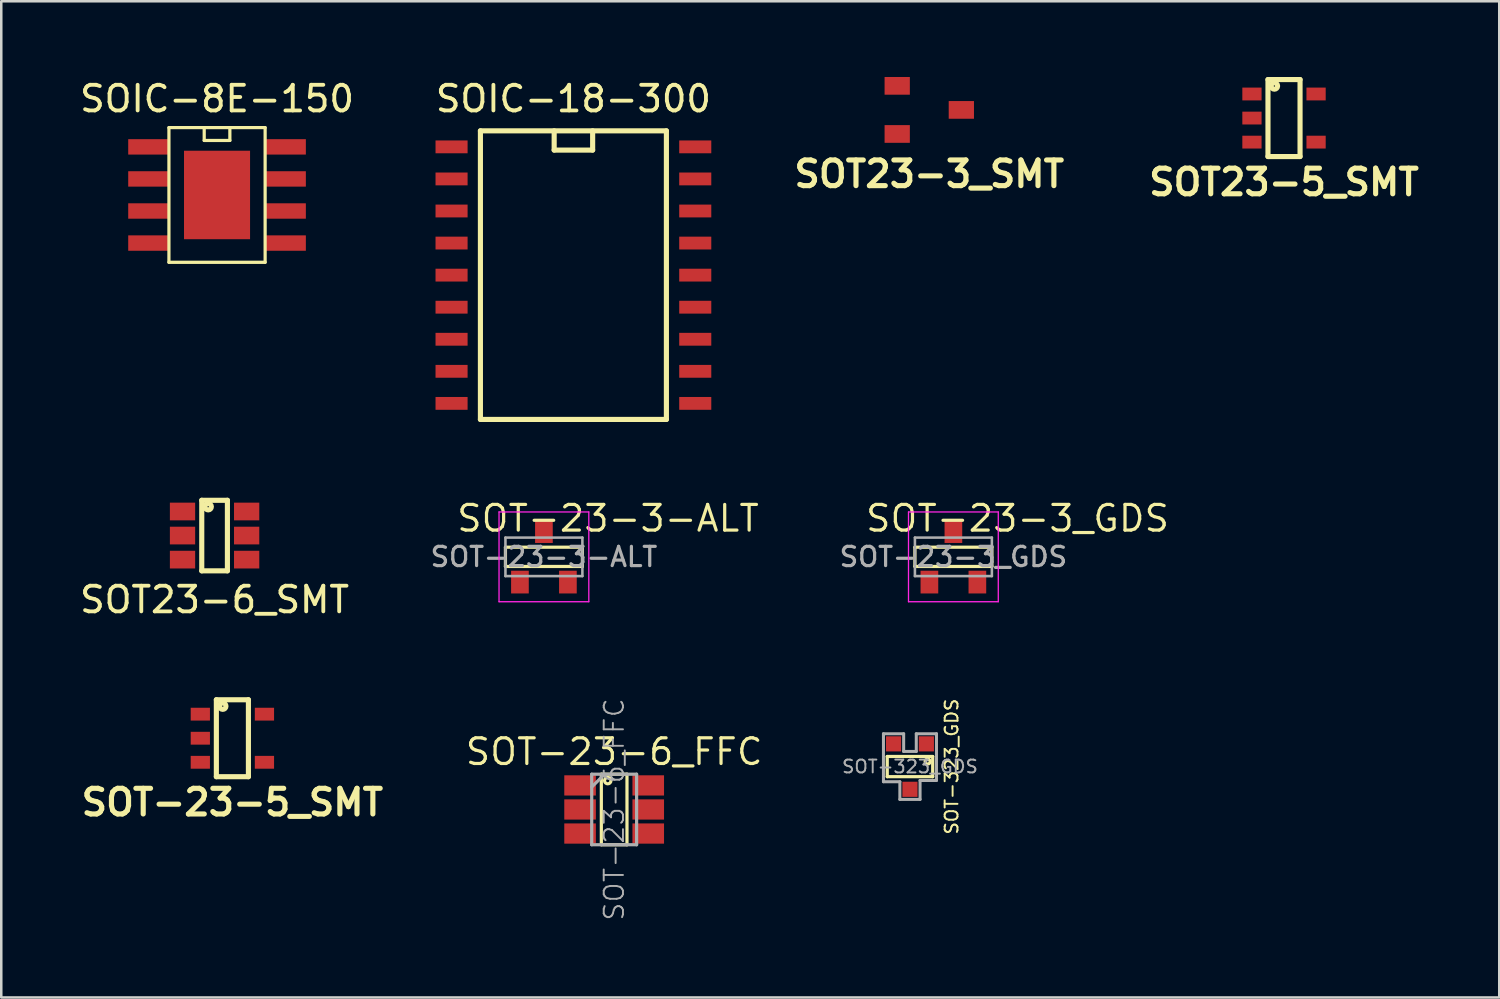
<source format=kicad_pcb>
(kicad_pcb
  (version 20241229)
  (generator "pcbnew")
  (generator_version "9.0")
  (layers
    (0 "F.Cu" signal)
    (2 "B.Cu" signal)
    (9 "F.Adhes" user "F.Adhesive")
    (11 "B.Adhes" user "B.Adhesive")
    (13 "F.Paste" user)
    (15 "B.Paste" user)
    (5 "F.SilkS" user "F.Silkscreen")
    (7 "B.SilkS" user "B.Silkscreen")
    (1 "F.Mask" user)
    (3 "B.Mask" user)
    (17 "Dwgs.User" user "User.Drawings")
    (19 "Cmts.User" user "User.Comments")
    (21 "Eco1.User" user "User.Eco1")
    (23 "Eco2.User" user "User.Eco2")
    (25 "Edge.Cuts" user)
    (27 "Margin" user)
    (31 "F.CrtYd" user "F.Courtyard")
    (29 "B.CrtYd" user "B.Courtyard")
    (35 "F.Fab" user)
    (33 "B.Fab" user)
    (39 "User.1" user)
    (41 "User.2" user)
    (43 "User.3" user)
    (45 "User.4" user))
  (footprint "SOT-23-6_FFC"
    (layer "F.Cu")
    (at 21.275 29.011)
    (property "Reference" "SOT-23-6_FFC" (at 0 -2.286 180) (layer "F.SilkS") (effects (font (size 1.016 1.016) (thickness 0.127))))
    (attr smd)
    (fp_line (start -0.508 -1.397) (end -0.508 1.397) (stroke (width 0.127) (type solid)) (layer "F.SilkS"))
    (fp_line (start -0.508 -1.397) (end 0.508 -1.397) (stroke (width 0.127) (type solid)) (layer "F.SilkS"))
    (fp_line (start -0.508 1.397) (end 0.508 1.397) (stroke (width 0.127) (type solid)) (layer "F.SilkS"))
    (fp_line (start 0.508 -1.397) (end 0.508 1.397) (stroke (width 0.127) (type solid)) (layer "F.SilkS"))
    (fp_circle (center -0.254 -1.143) (end -0.254 -1.016) (stroke (width 0.127) (type solid)) (fill no) (layer "F.SilkS"))
    (fp_line (start -0.889 -1.397) (end -0.889 1.397) (stroke (width 0.127) (type solid)) (layer "F.Fab"))
    (fp_line (start -0.889 -0.889) (end -0.381 -1.397) (stroke (width 0.127) (type solid)) (layer "F.Fab"))
    (fp_line (start -0.889 1.397) (end 0.889 1.397) (stroke (width 0.127) (type solid)) (layer "F.Fab"))
    (fp_line (start 0.889 -1.397) (end -0.889 -1.397) (stroke (width 0.127) (type solid)) (layer "F.Fab"))
    (fp_line (start 0.889 1.397) (end 0.889 -1.397) (stroke (width 0.127) (type solid)) (layer "F.Fab"))
    (fp_text user "${REFERENCE}" (at 0 0 270) (layer "F.Fab") (effects (font (size 0.762 0.762) (thickness 0.076))))
    (pad "1" smd rect (at -1.35 -0.953 270) (size 0.801 1.251) (layers "F.Cu" "F.Mask" "F.Paste"))
    (pad "2" smd rect (at -1.35 0 270) (size 0.801 1.251) (layers "F.Cu" "F.Mask" "F.Paste"))
    (pad "3" smd rect (at -1.35 0.953 270) (size 0.801 1.251) (layers "F.Cu" "F.Mask" "F.Paste"))
    (pad "4" smd rect (at 1.35 0.953 270) (size 0.801 1.251) (layers "F.Cu" "F.Mask" "F.Paste"))
    (pad "5" smd rect (at 1.35 0 270) (size 0.801 1.251) (layers "F.Cu" "F.Mask" "F.Paste"))
    (pad "6" smd rect (at 1.35 -0.953 270) (size 0.801 1.251) (layers "F.Cu" "F.Mask" "F.Paste")))
  (footprint "SOIC-8E-150"
    (layer "F.Cu")
    (at 5.546 4.672)
    (property "Reference" "SOIC-8E-150" (at 0 -3.81 0) (layer "F.SilkS") (effects (font (size 1.016 1.016) (thickness 0.152))))
    (attr smd)
    (fp_line (start -1.905 -2.667) (end -1.905 2.667) (stroke (width 0.127) (type solid)) (layer "F.SilkS"))
    (fp_line (start -0.508 -2.159) (end -0.508 -2.667) (stroke (width 0.127) (type solid)) (layer "F.SilkS"))
    (fp_line (start 0.508 -2.667) (end 0.508 -2.159) (stroke (width 0.127) (type solid)) (layer "F.SilkS"))
    (fp_line (start 0.508 -2.159) (end -0.508 -2.159) (stroke (width 0.127) (type solid)) (layer "F.SilkS"))
    (fp_line (start 1.905 -2.667) (end -1.905 -2.667) (stroke (width 0.127) (type solid)) (layer "F.SilkS"))
    (fp_line (start 1.905 2.667) (end -1.905 2.667) (stroke (width 0.127) (type solid)) (layer "F.SilkS"))
    (fp_line (start 1.905 2.667) (end 1.905 -2.667) (stroke (width 0.127) (type solid)) (layer "F.SilkS"))
    (pad "1" smd rect (at -2.718 -1.905 270) (size 0.61 1.6) (layers "F.Cu" "F.Mask" "F.Paste"))
    (pad "2" smd rect (at -2.718 -0.635 270) (size 0.61 1.6) (layers "F.Cu" "F.Mask" "F.Paste"))
    (pad "3" smd rect (at -2.718 0.635 270) (size 0.61 1.6) (layers "F.Cu" "F.Mask" "F.Paste"))
    (pad "4" smd rect (at -2.718 1.905 270) (size 0.61 1.6) (layers "F.Cu" "F.Mask" "F.Paste"))
    (pad "5" smd rect (at 2.718 1.905 270) (size 0.61 1.6) (layers "F.Cu" "F.Mask" "F.Paste"))
    (pad "6" smd rect (at 2.718 0.635 270) (size 0.61 1.6) (layers "F.Cu" "F.Mask" "F.Paste"))
    (pad "7" smd rect (at 2.718 -0.635 270) (size 0.61 1.6) (layers "F.Cu" "F.Mask" "F.Paste"))
    (pad "8" smd rect (at 2.718 -1.905 270) (size 0.61 1.6) (layers "F.Cu" "F.Mask" "F.Paste"))
    (pad "9" smd rect (at 0 0) (size 2.616 3.505) (layers "F.Cu" "F.Mask" "F.Paste")))
  (footprint "SOT-23-3_GDS"
    (layer "F.Cu")
    (at 34.711 19.005)
    (property "Reference" "SOT-23-3_GDS" (at 2.54 -1.524 0) (layer "F.SilkS") (effects (font (size 1.016 1.016) (thickness 0.127))))
    (attr smd)
    (fp_line (start -1.524 -0.381) (end 1.524 -0.381) (stroke (width 0.127) (type solid)) (layer "F.SilkS"))
    (fp_line (start -1.524 0.381) (end -1.524 -0.381) (stroke (width 0.127) (type solid)) (layer "F.SilkS"))
    (fp_line (start 1.524 -0.381) (end 1.524 0.381) (stroke (width 0.127) (type solid)) (layer "F.SilkS"))
    (fp_line (start 1.524 0.381) (end -1.524 0.381) (stroke (width 0.127) (type solid)) (layer "F.SilkS"))
    (fp_line (start -1.778 -1.778) (end 1.778 -1.778) (stroke (width 0.051) (type solid)) (layer "F.CrtYd"))
    (fp_line (start -1.778 1.778) (end -1.778 -1.778) (stroke (width 0.051) (type solid)) (layer "F.CrtYd"))
    (fp_line (start 1.778 -1.778) (end 1.778 1.778) (stroke (width 0.051) (type solid)) (layer "F.CrtYd"))
    (fp_line (start 1.778 1.778) (end -1.778 1.778) (stroke (width 0.051) (type solid)) (layer "F.CrtYd"))
    (fp_line (start -1.524 -0.762) (end -1.524 0.762) (stroke (width 0.102) (type solid)) (layer "F.Fab"))
    (fp_line (start -1.524 0.762) (end 1.524 0.762) (stroke (width 0.102) (type solid)) (layer "F.Fab"))
    (fp_line (start 1.524 -0.762) (end -1.524 -0.762) (stroke (width 0.102) (type solid)) (layer "F.Fab"))
    (fp_line (start 1.524 0.762) (end 1.524 -0.762) (stroke (width 0.102) (type solid)) (layer "F.Fab"))
    (fp_text user "${REFERENCE}" (at 0 0 0) (layer "F.Fab") (effects (font (size 0.762 0.762) (thickness 0.127))))
    (pad "D" smd rect (at 0 -1 180) (size 0.7 0.9) (layers "F.Cu" "F.Mask" "F.Paste"))
    (pad "G" smd rect (at -0.95 1 180) (size 0.7 0.9) (layers "F.Cu" "F.Mask" "F.Paste"))
    (pad "S" smd rect (at 0.95 1 180) (size 0.7 0.9) (layers "F.Cu" "F.Mask" "F.Paste")))
  (footprint "SOT23-6_SMT"
    (layer "F.Cu")
    (at 5.449 18.162)
    (property "Reference" "SOT23-6_SMT" (at 0 2.54 0) (layer "F.SilkS") (effects (font (size 1.016 1.016) (thickness 0.152))))
    (attr through_hole)
    (fp_line (start -0.508 -1.397) (end -0.508 1.397) (stroke (width 0.203) (type solid)) (layer "F.SilkS"))
    (fp_line (start -0.508 -1.397) (end 0.508 -1.397) (stroke (width 0.203) (type solid)) (layer "F.SilkS"))
    (fp_line (start -0.508 1.397) (end 0.508 1.397) (stroke (width 0.203) (type solid)) (layer "F.SilkS"))
    (fp_line (start 0.508 -1.397) (end 0.508 1.397) (stroke (width 0.203) (type solid)) (layer "F.SilkS"))
    (fp_circle (center -0.254 -1.143) (end -0.254 -1.016) (stroke (width 0.203) (type solid)) (fill no) (layer "F.SilkS"))
    (pad "1" smd rect (at -1.27 -0.953 270) (size 0.701 1.001) (layers "F.Cu" "F.Mask" "F.Paste"))
    (pad "2" smd rect (at -1.27 0 270) (size 0.701 1.001) (layers "F.Cu" "F.Mask" "F.Paste"))
    (pad "3" smd rect (at -1.27 0.953 270) (size 0.701 1.001) (layers "F.Cu" "F.Mask" "F.Paste"))
    (pad "4" smd rect (at 1.27 0.953 270) (size 0.701 1.001) (layers "F.Cu" "F.Mask" "F.Paste"))
    (pad "5" smd rect (at 1.27 0 270) (size 0.701 1.001) (layers "F.Cu" "F.Mask" "F.Paste"))
    (pad "6" smd rect (at 1.27 -0.953 270) (size 0.701 1.001) (layers "F.Cu" "F.Mask" "F.Paste")))
  (footprint "SOIC-18-300"
    (layer "F.Cu")
    (at 19.661 7.847)
    (property "Reference" "SOIC-18-300" (at 0 -6.985 0) (layer "F.SilkS") (effects (font (size 1.016 1.016) (thickness 0.152))))
    (attr smd)
    (fp_line (start -3.683 5.715) (end -3.683 -5.715) (stroke (width 0.203) (type solid)) (layer "F.SilkS"))
    (fp_line (start -3.683 5.715) (end 3.683 5.715) (stroke (width 0.203) (type solid)) (layer "F.SilkS"))
    (fp_line (start -0.762 -4.953) (end -0.762 -5.715) (stroke (width 0.203) (type solid)) (layer "F.SilkS"))
    (fp_line (start -0.762 -4.953) (end 0.762 -4.953) (stroke (width 0.203) (type solid)) (layer "F.SilkS"))
    (fp_line (start 0.762 -5.715) (end 0.762 -4.953) (stroke (width 0.203) (type solid)) (layer "F.SilkS"))
    (fp_line (start 3.683 -5.715) (end -3.683 -5.715) (stroke (width 0.203) (type solid)) (layer "F.SilkS"))
    (fp_line (start 3.683 -5.715) (end 3.683 5.715) (stroke (width 0.203) (type solid)) (layer "F.SilkS"))
    (pad "1" smd rect (at -4.826 -5.08 270) (size 0.508 1.27) (layers "F.Cu" "F.Mask" "F.Paste"))
    (pad "2" smd rect (at -4.826 -3.81 270) (size 0.508 1.27) (layers "F.Cu" "F.Mask" "F.Paste"))
    (pad "3" smd rect (at -4.826 -2.54 270) (size 0.508 1.27) (layers "F.Cu" "F.Mask" "F.Paste"))
    (pad "4" smd rect (at -4.826 -1.27 270) (size 0.508 1.27) (layers "F.Cu" "F.Mask" "F.Paste"))
    (pad "5" smd rect (at -4.826 0 270) (size 0.508 1.27) (layers "F.Cu" "F.Mask" "F.Paste"))
    (pad "6" smd rect (at -4.826 1.27 270) (size 0.508 1.27) (layers "F.Cu" "F.Mask" "F.Paste"))
    (pad "7" smd rect (at -4.826 2.54 270) (size 0.508 1.27) (layers "F.Cu" "F.Mask" "F.Paste"))
    (pad "8" smd rect (at -4.826 3.81 270) (size 0.508 1.27) (layers "F.Cu" "F.Mask" "F.Paste"))
    (pad "9" smd rect (at -4.826 5.08 270) (size 0.508 1.27) (layers "F.Cu" "F.Mask" "F.Paste"))
    (pad "10" smd rect (at 4.826 5.08 270) (size 0.508 1.27) (layers "F.Cu" "F.Mask" "F.Paste"))
    (pad "11" smd rect (at 4.826 3.81 270) (size 0.508 1.27) (layers "F.Cu" "F.Mask" "F.Paste"))
    (pad "12" smd rect (at 4.826 2.54 270) (size 0.508 1.27) (layers "F.Cu" "F.Mask" "F.Paste"))
    (pad "13" smd rect (at 4.826 1.27 270) (size 0.508 1.27) (layers "F.Cu" "F.Mask" "F.Paste"))
    (pad "14" smd rect (at 4.826 0 270) (size 0.508 1.27) (layers "F.Cu" "F.Mask" "F.Paste"))
    (pad "15" smd rect (at 4.826 -1.27 270) (size 0.508 1.27) (layers "F.Cu" "F.Mask" "F.Paste"))
    (pad "16" smd rect (at 4.826 -2.54 270) (size 0.508 1.27) (layers "F.Cu" "F.Mask" "F.Paste"))
    (pad "17" smd rect (at 4.826 -3.81 270) (size 0.508 1.27) (layers "F.Cu" "F.Mask" "F.Paste"))
    (pad "18" smd rect (at 4.826 -5.08 270) (size 0.508 1.27) (layers "F.Cu" "F.Mask" "F.Paste")))
  (footprint "SOT23-5_SMT"
    (layer "F.Cu")
    (at 47.806 1.626)
    (property "Reference" "SOT23-5_SMT" (at 0 2.54 0) (layer "F.SilkS") (effects (font (size 1.016 1.016) (thickness 0.203))))
    (attr smd)
    (fp_line (start -0.635 -1.524) (end -0.635 1.524) (stroke (width 0.203) (type solid)) (layer "F.SilkS"))
    (fp_line (start -0.635 1.524) (end 0.635 1.524) (stroke (width 0.203) (type solid)) (layer "F.SilkS"))
    (fp_line (start 0.635 -1.524) (end -0.635 -1.524) (stroke (width 0.203) (type solid)) (layer "F.SilkS"))
    (fp_line (start 0.635 1.524) (end 0.635 -1.524) (stroke (width 0.203) (type solid)) (layer "F.SilkS"))
    (fp_circle (center -0.381 -1.27) (end -0.381 -1.143) (stroke (width 0.203) (type solid)) (fill no) (layer "F.SilkS"))
    (pad "1" smd rect (at -1.27 -0.953 270) (size 0.508 0.762) (layers "F.Cu" "F.Mask" "F.Paste"))
    (pad "2" smd rect (at -1.27 0 270) (size 0.508 0.762) (layers "F.Cu" "F.Mask" "F.Paste"))
    (pad "3" smd rect (at -1.27 0.953 270) (size 0.508 0.762) (layers "F.Cu" "F.Mask" "F.Paste"))
    (pad "4" smd rect (at 1.27 0.953 270) (size 0.508 0.762) (layers "F.Cu" "F.Mask" "F.Paste"))
    (pad "5" smd rect (at 1.27 -0.953 270) (size 0.508 0.762) (layers "F.Cu" "F.Mask" "F.Paste")))
  (footprint "SOT23-3_SMT"
    (layer "F.Cu")
    (at 33.756 1.303)
    (property "Reference" "SOT23-3_SMT" (at 0 2.54 0) (layer "F.SilkS") (effects (font (size 1.016 1.016) (thickness 0.203))))
    (attr through_hole)
    (pad "1" smd rect (at -1.27 -0.953 270) (size 0.701 1.001) (layers "F.Cu" "F.Mask" "F.Paste"))
    (pad "2" smd rect (at -1.27 0.953 270) (size 0.701 1.001) (layers "F.Cu" "F.Mask" "F.Paste"))
    (pad "3" smd rect (at 1.27 0 270) (size 0.701 1.001) (layers "F.Cu" "F.Mask" "F.Paste")))
  (footprint "SOT-23-3-ALT"
    (layer "F.Cu")
    (at 18.493 19.005)
    (property "Reference" "SOT-23-3-ALT" (at 2.54 -1.524 0) (layer "F.SilkS") (effects (font (size 1.016 1.016) (thickness 0.127))))
    (attr smd)
    (fp_line (start -1.524 -0.381) (end 1.524 -0.381) (stroke (width 0.127) (type solid)) (layer "F.SilkS"))
    (fp_line (start -1.524 0.381) (end -1.524 -0.381) (stroke (width 0.127) (type solid)) (layer "F.SilkS"))
    (fp_line (start 1.524 -0.381) (end 1.524 0.381) (stroke (width 0.127) (type solid)) (layer "F.SilkS"))
    (fp_line (start 1.524 0.381) (end -1.524 0.381) (stroke (width 0.127) (type solid)) (layer "F.SilkS"))
    (fp_line (start -1.778 -1.778) (end -1.778 1.778) (stroke (width 0.051) (type solid)) (layer "F.CrtYd"))
    (fp_line (start -1.778 1.778) (end 1.778 1.778) (stroke (width 0.051) (type solid)) (layer "F.CrtYd"))
    (fp_line (start 1.778 -1.778) (end -1.778 -1.778) (stroke (width 0.051) (type solid)) (layer "F.CrtYd"))
    (fp_line (start 1.778 1.778) (end 1.778 -1.778) (stroke (width 0.051) (type solid)) (layer "F.CrtYd"))
    (fp_line (start -1.524 -0.762) (end -1.524 0.762) (stroke (width 0.102) (type solid)) (layer "F.Fab"))
    (fp_line (start -1.524 0.762) (end 1.524 0.762) (stroke (width 0.102) (type solid)) (layer "F.Fab"))
    (fp_line (start 1.524 -0.762) (end -1.524 -0.762) (stroke (width 0.102) (type solid)) (layer "F.Fab"))
    (fp_line (start 1.524 0.762) (end 1.524 -0.762) (stroke (width 0.102) (type solid)) (layer "F.Fab"))
    (fp_text user "${REFERENCE}" (at 0 0 0) (layer "F.Fab") (effects (font (size 0.762 0.762) (thickness 0.127))))
    (pad "1" smd rect (at 0.95 1 180) (size 0.7 0.9) (layers "F.Cu" "F.Mask" "F.Paste"))
    (pad "2" smd rect (at -0.95 1 180) (size 0.7 0.9) (layers "F.Cu" "F.Mask" "F.Paste"))
    (pad "3" smd rect (at 0 -1 180) (size 0.7 0.9) (layers "F.Cu" "F.Mask" "F.Paste")))
  (footprint "SOT-23-5_SMT"
    (layer "F.Cu")
    (at 6.154 26.189)
    (property "Reference" "SOT-23-5_SMT" (at 0 2.54 0) (layer "F.SilkS") (effects (font (size 1.016 1.016) (thickness 0.203))))
    (attr smd)
    (fp_line (start -0.635 -1.524) (end -0.635 1.524) (stroke (width 0.203) (type solid)) (layer "F.SilkS"))
    (fp_line (start -0.635 1.524) (end 0.635 1.524) (stroke (width 0.203) (type solid)) (layer "F.SilkS"))
    (fp_line (start 0.635 -1.524) (end -0.635 -1.524) (stroke (width 0.203) (type solid)) (layer "F.SilkS"))
    (fp_line (start 0.635 1.524) (end 0.635 -1.524) (stroke (width 0.203) (type solid)) (layer "F.SilkS"))
    (fp_circle (center -0.381 -1.27) (end -0.381 -1.143) (stroke (width 0.203) (type solid)) (fill no) (layer "F.SilkS"))
    (pad "1" smd rect (at -1.27 -0.953 270) (size 0.508 0.762) (layers "F.Cu" "F.Mask" "F.Paste"))
    (pad "2" smd rect (at -1.27 0 270) (size 0.508 0.762) (layers "F.Cu" "F.Mask" "F.Paste"))
    (pad "3" smd rect (at -1.27 0.953 270) (size 0.508 0.762) (layers "F.Cu" "F.Mask" "F.Paste"))
    (pad "4" smd rect (at 1.27 0.953 270) (size 0.508 0.762) (layers "F.Cu" "F.Mask" "F.Paste"))
    (pad "5" smd rect (at 1.27 -0.953 270) (size 0.508 0.762) (layers "F.Cu" "F.Mask" "F.Paste")))
  (footprint "SOT-323_GDS"
    (layer "F.Cu")
    (at 32.991 27.312)
    (property "Reference" "SOT-323_GDS" (at 1.651 0 90) (layer "F.SilkS") (effects (font (size 0.508 0.508) (thickness 0.076))))
    (attr smd)
    (fp_line (start -0.9 -0.4) (end -0.9 0.4) (stroke (width 0.127) (type solid)) (layer "F.SilkS"))
    (fp_line (start -0.9 -0.4) (end 0.9 -0.4) (stroke (width 0.127) (type solid)) (layer "F.SilkS"))
    (fp_line (start -0.9 0.4) (end 0.9 0.4) (stroke (width 0.127) (type solid)) (layer "F.SilkS"))
    (fp_line (start 0.9 0.4) (end 0.9 -0.4) (stroke (width 0.127) (type solid)) (layer "F.SilkS"))
    (fp_circle (center 0.7 -0.2) (end 0.7 -0.1) (stroke (width 0.127) (type solid)) (fill no) (layer "F.SilkS"))
    (fp_line (start -1.05 -1.3) (end -0.25 -1.3) (stroke (width 0.12) (type solid)) (layer "F.Fab"))
    (fp_line (start -1.05 0.6) (end -1.05 -1.3) (stroke (width 0.12) (type solid)) (layer "F.Fab"))
    (fp_line (start -0.4 0.6) (end -1.05 0.6) (stroke (width 0.12) (type solid)) (layer "F.Fab"))
    (fp_line (start -0.4 1.3) (end -0.4 0.6) (stroke (width 0.12) (type solid)) (layer "F.Fab"))
    (fp_line (start -0.25 -1.3) (end -0.25 -0.6) (stroke (width 0.12) (type solid)) (layer "F.Fab"))
    (fp_line (start -0.25 -0.6) (end 0.25 -0.6) (stroke (width 0.12) (type solid)) (layer "F.Fab"))
    (fp_line (start 0.25 -1.3) (end 1.05 -1.3) (stroke (width 0.12) (type solid)) (layer "F.Fab"))
    (fp_line (start 0.25 -0.6) (end 0.25 -1.3) (stroke (width 0.12) (type solid)) (layer "F.Fab"))
    (fp_line (start 0.4 0.55) (end 0.4 1.3) (stroke (width 0.12) (type solid)) (layer "F.Fab"))
    (fp_line (start 0.4 1.3) (end -0.4 1.3) (stroke (width 0.12) (type solid)) (layer "F.Fab"))
    (fp_line (start 1.05 -1.3) (end 1.05 0.55) (stroke (width 0.12) (type solid)) (layer "F.Fab"))
    (fp_line (start 1.05 0.55) (end 0.4 0.55) (stroke (width 0.12) (type solid)) (layer "F.Fab"))
    (fp_text user "${REFERENCE}" (at 0 0 0) (layer "F.Fab") (effects (font (size 0.508 0.508) (thickness 0.076))))
    (pad "D" smd rect (at 0 0.9) (size 0.6 0.6) (layers "F.Cu" "F.Mask" "F.Paste"))
    (pad "G" smd rect (at 0.65 -0.9) (size 0.6 0.6) (layers "F.Cu" "F.Mask" "F.Paste"))
    (pad "S" smd rect (at -0.65 -0.9) (size 0.6 0.6) (layers "F.Cu" "F.Mask" "F.Paste")))
  (gr_rect
    (start -3 -3)
    (end 56.331 36.457)
    (stroke (width 0.1) (type default))
    (fill no)
    (layer "Edge.Cuts")))
</source>
